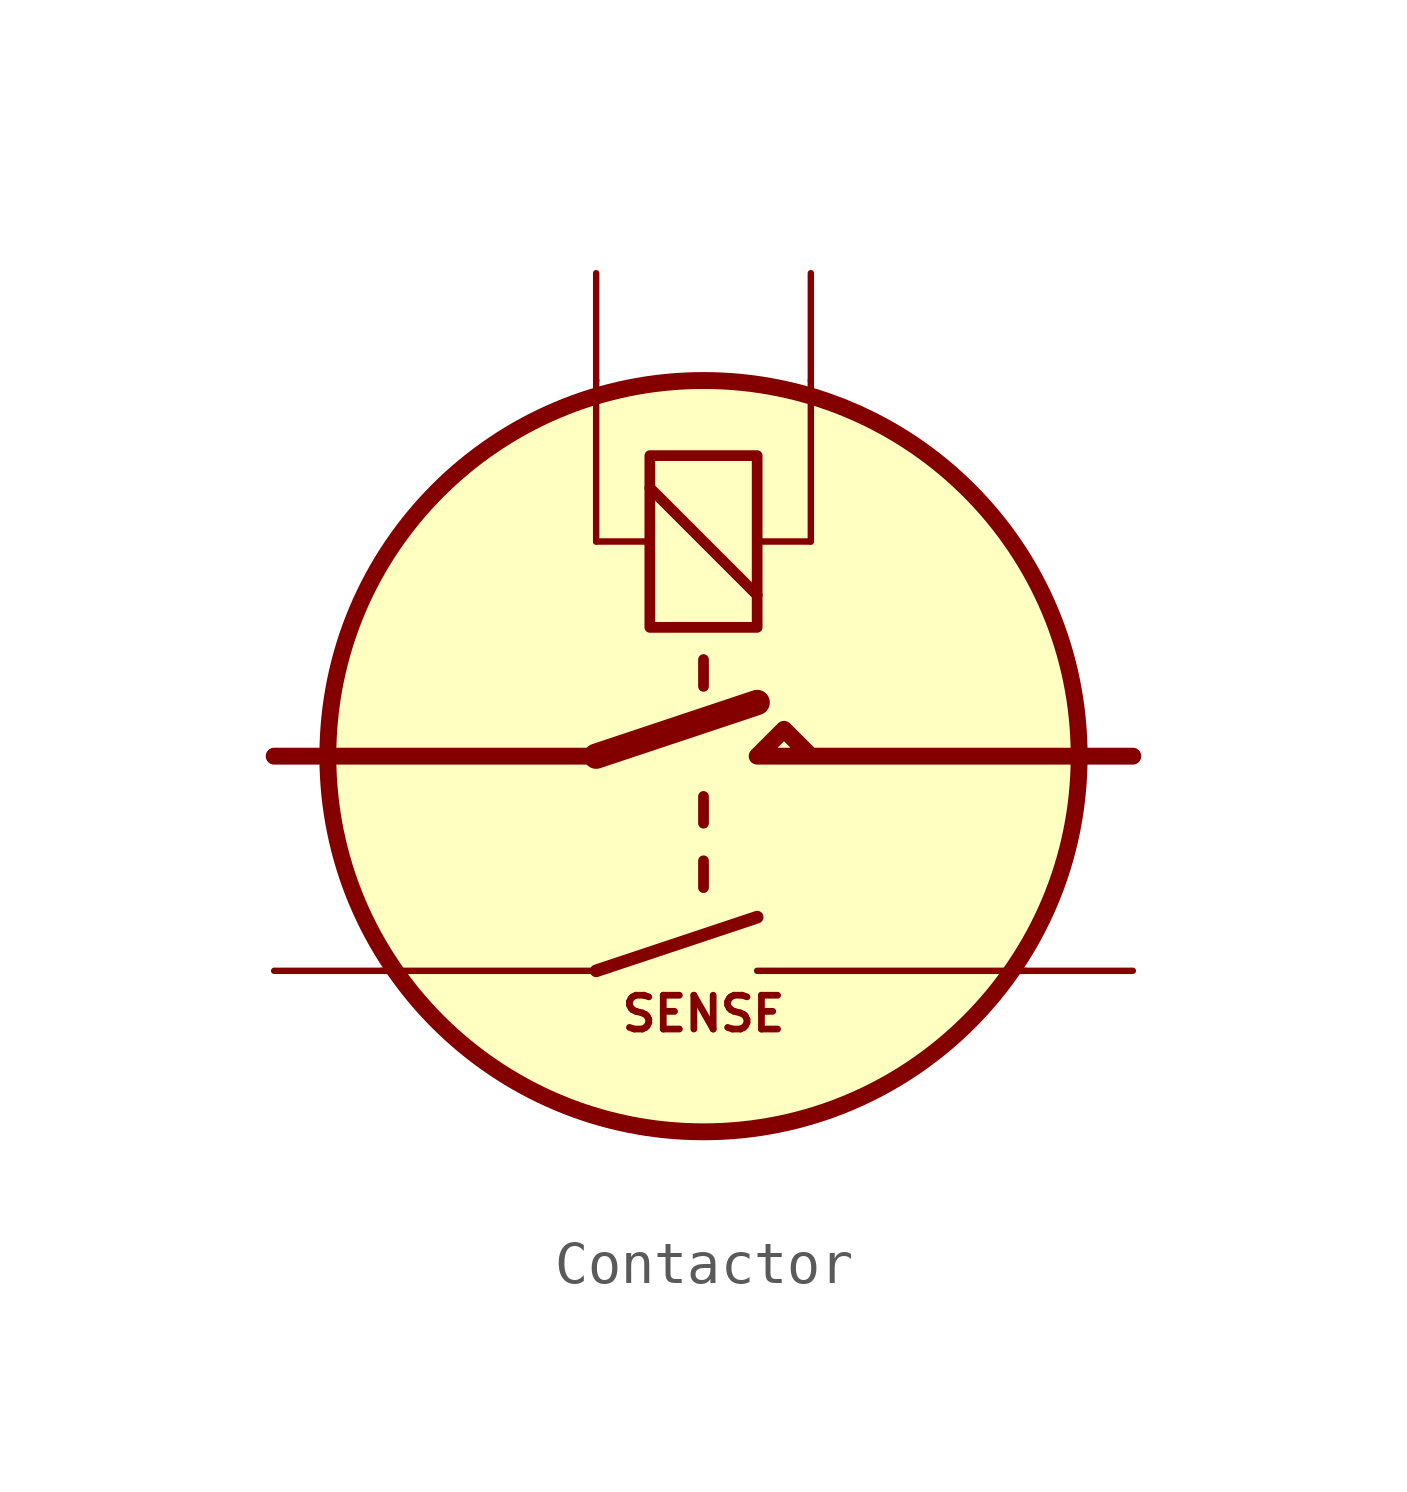
<source format=kicad_sym>
(kicad_symbol_lib
  (version 20241209)
  (generator "kicad_symbol_editor")
  (generator_version "9.0")
  (symbol "Contactor"
    (property "Reference" "U"
      (at 6.858 -0.762 90)
      (effects (font (size 1.27 1.27)) (hide yes)))
    (property "Value" ""
      (at 0 0 0)
      (effects (font (size 1.27 1.27))))
    (symbol "Contactor_0_0"
      (polyline (pts (xy 7.62 -5.08) (xy 1.27 -5.08) (xy 1.27 -5.08) (xy 1.27 -5.08)) (stroke (width 0) (type default)) (fill (type none))))
    (symbol "Contactor_0_1"
      (polyline (pts (xy -2.54 5.08) (xy -2.54 8.89)) (stroke (width 0) (type default)) (fill (type none)))
      (polyline (pts (xy -2.54 5.08) (xy -1.27 5.08)) (stroke (width 0) (type default)) (fill (type none)))
      (polyline (pts (xy -2.54 -5.08) (xy -7.62 -5.08)) (stroke (width 0) (type default)) (fill (type none)))
      (rectangle (start -1.27 7.112) (end 1.27 3.048) (stroke (width 0.254) (type default)) (fill (type none)))
      (polyline (pts (xy -1.27 6.35) (xy 1.27 3.81)) (stroke (width 0.254) (type default)) (fill (type none)))
      (polyline (pts (xy 0 2.286) (xy 0 1.651)) (stroke (width 0.254) (type default)) (fill (type none)))
      (polyline (pts (xy 0 -0.953) (xy 0 -1.587)) (stroke (width 0.254) (type default)) (fill (type none)))
      (polyline (pts (xy 0 -2.476) (xy 0 -3.111)) (stroke (width 0.254) (type default)) (fill (type none)))
      (polyline (pts (xy 2.54 5.08) (xy 1.27 5.08)) (stroke (width 0) (type default)) (fill (type none)))
      (polyline (pts (xy 2.54 5.08) (xy 2.54 8.89)) (stroke (width 0) (type default)) (fill (type none))))
    (symbol "Contactor_1_0"
      (polyline (pts (xy 10.16 0) (xy 1.27 0) (xy 1.905 0.635) (xy 2.54 0)) (stroke (width 0.4) (type solid)) (fill (type none))))
    (symbol "Contactor_1_1"
      (polyline (pts (xy -2.54 0) (xy -10.16 0)) (stroke (width 0.4) (type solid)) (fill (type none)))
      (polyline (pts (xy -2.54 0) (xy 1.27 1.27)) (stroke (width 0.6) (type solid)) (fill (type none)))
      (polyline (pts (xy -2.54 -5.08) (xy 1.27 -3.81)) (stroke (width 0.3) (type solid)) (fill (type none)))
      (circle (center 0 0) (radius 8.89) (stroke (width 0.4) (type solid)) (fill (type background)))
      (text "SENSE" (at 0 -6.096 0) (effects (font (size 0.8 0.8) (thickness 0.16) (bold yes))))
      (pin passive line (at -10.16 0 0) (length 2.54) (name "~" (effects (font (size 1.27 1.27)))) (number "" (effects (font (size 1.27 1.27)))))
      (pin passive line (at -10.16 -5.08 0) (length 2.54) (name "" (effects (font (size 1.27 1.27)))) (number "" (effects (font (size 1.27 1.27)))))
      (pin power_in line (at -2.54 11.43 270) (length 2.54) (name "~" (effects (font (size 1.27 1.27)))) (number "" (effects (font (size 1.27 1.27)))))
      (pin power_in line (at 2.54 11.43 270) (length 2.54) (name "~" (effects (font (size 1.27 1.27)))) (number "" (effects (font (size 1.27 1.27)))))
      (pin passive line (at 10.16 0 180) (length 2.54) (name "" (effects (font (size 1.27 1.27)))) (number "" (effects (font (size 1.27 1.27)))))
      (pin passive line (at 10.16 -5.08 180) (length 2.54) (name "~" (effects (font (size 1.27 1.27)))) (number "" (effects (font (size 1.27 1.27))))))))
</source>
